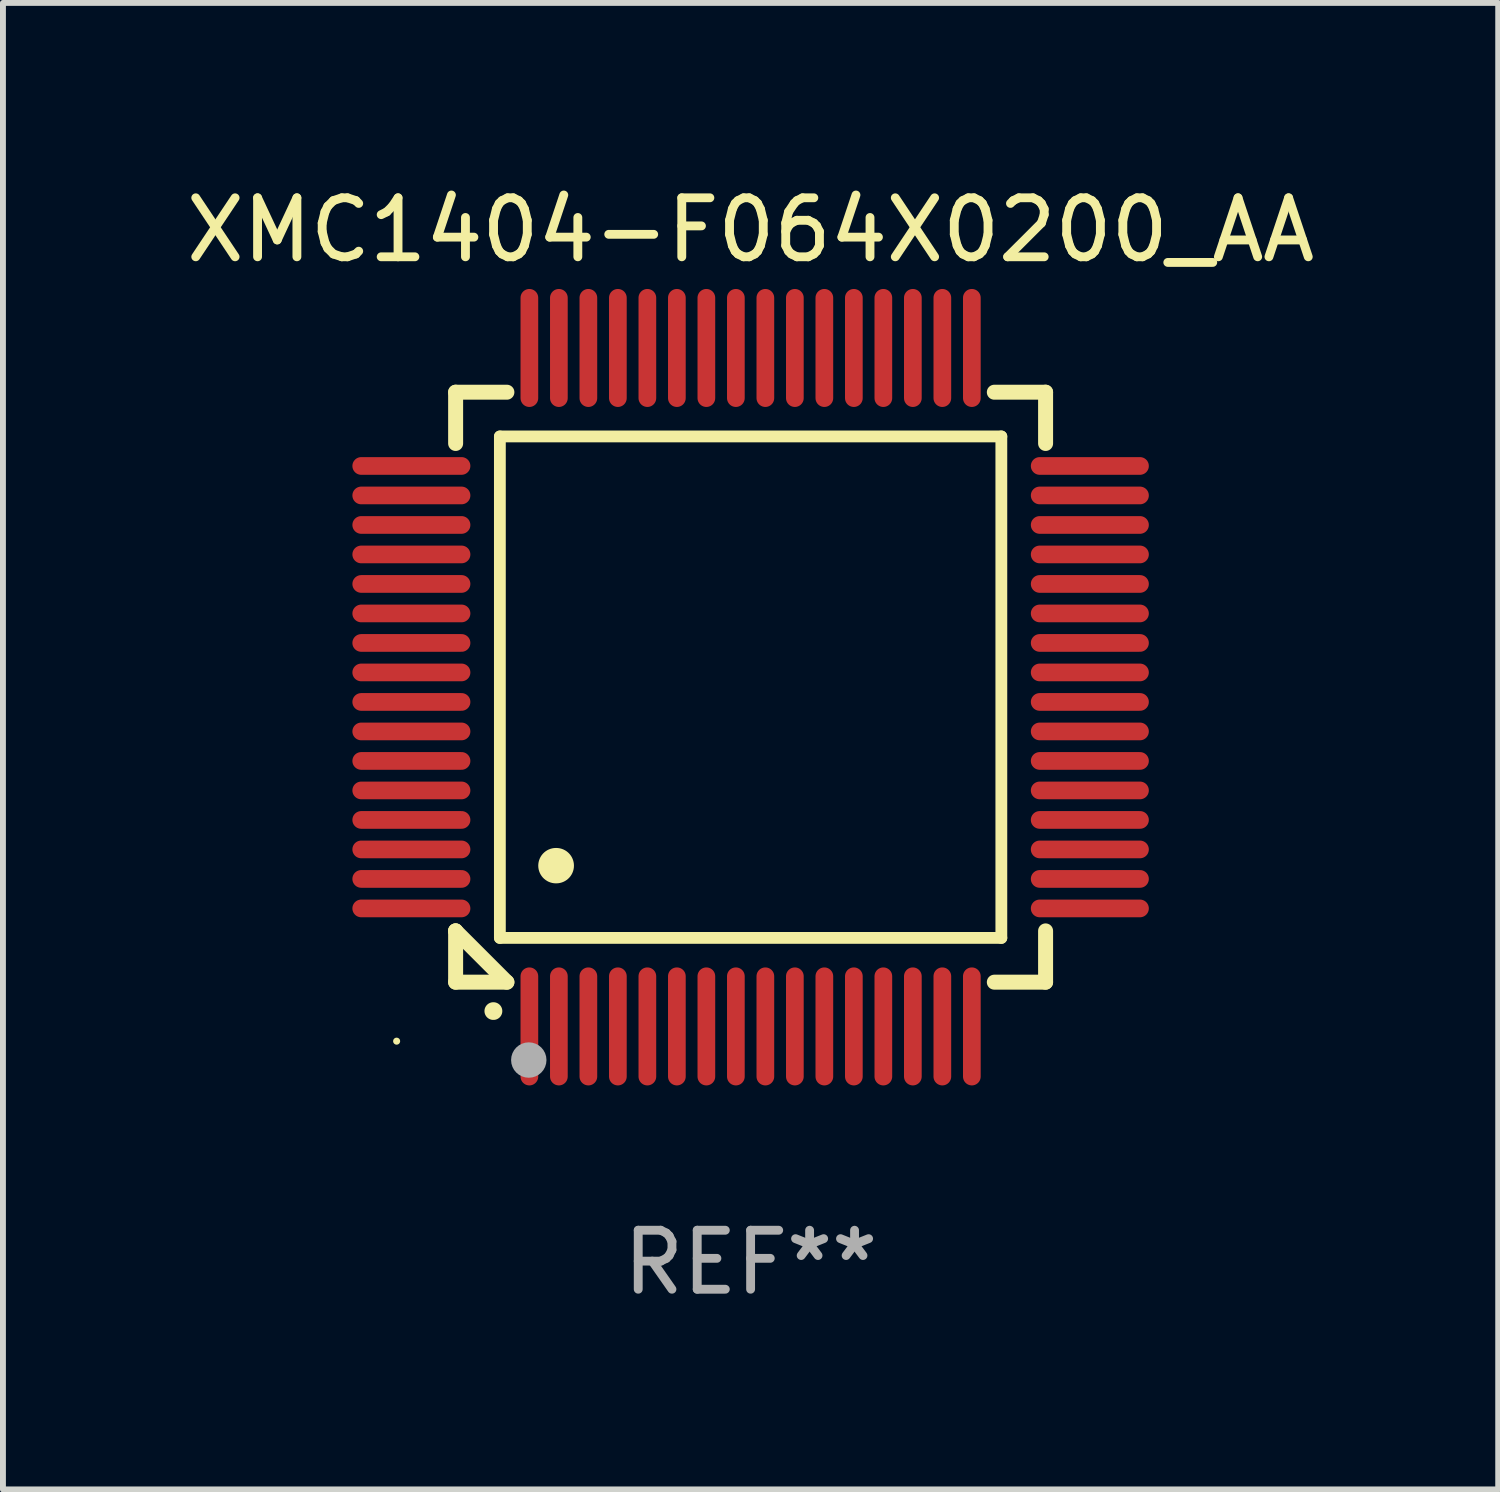
<source format=kicad_pcb>
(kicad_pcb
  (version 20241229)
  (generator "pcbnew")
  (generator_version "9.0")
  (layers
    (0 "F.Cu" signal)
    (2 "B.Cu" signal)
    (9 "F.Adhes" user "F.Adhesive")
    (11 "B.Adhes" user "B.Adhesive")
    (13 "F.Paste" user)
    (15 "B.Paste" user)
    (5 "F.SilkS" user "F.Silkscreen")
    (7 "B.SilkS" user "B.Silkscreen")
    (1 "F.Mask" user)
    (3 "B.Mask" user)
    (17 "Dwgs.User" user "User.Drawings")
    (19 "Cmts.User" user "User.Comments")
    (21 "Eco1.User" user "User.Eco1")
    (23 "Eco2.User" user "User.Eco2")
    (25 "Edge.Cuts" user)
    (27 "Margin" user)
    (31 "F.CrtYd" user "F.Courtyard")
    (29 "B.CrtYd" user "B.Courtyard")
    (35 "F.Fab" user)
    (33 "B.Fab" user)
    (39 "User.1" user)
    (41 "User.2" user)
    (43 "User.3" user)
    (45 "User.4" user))
  (footprint "XMC1404-F064X0200_AA"
    (layer "F.Cu")
    (at 9.673 8.598)
    (property "Reference" "XMC1404-F064X0200_AA" (at 0 -7.75 0) (layer "F.SilkS") (effects (font (size 1 1) (thickness 0.15))))
    (attr through_hole)
    (fp_line (start -5 -5) (end -4.131 -5) (stroke (width 0.254) (type solid)) (layer "F.SilkS"))
    (fp_line (start -5 -4.131) (end -5 -5) (stroke (width 0.254) (type solid)) (layer "F.SilkS"))
    (fp_line (start -5 4.131) (end -5 4.131) (stroke (width 0.254) (type solid)) (layer "F.SilkS"))
    (fp_line (start -5 5) (end -5 4.131) (stroke (width 0.254) (type solid)) (layer "F.SilkS"))
    (fp_line (start -5 4.131) (end -4.131 5) (stroke (width 0.254) (type solid)) (layer "F.SilkS"))
    (fp_line (start -4.25 -4.25) (end -4.25 4.25) (stroke (width 0.2) (type solid)) (layer "F.SilkS"))
    (fp_line (start -4.25 4.25) (end 4.25 4.25) (stroke (width 0.2) (type solid)) (layer "F.SilkS"))
    (fp_line (start -4.131 5) (end -5 5) (stroke (width 0.254) (type solid)) (layer "F.SilkS"))
    (fp_line (start 4.25 -4.25) (end -4.25 -4.25) (stroke (width 0.2) (type solid)) (layer "F.SilkS"))
    (fp_line (start 4.25 4.25) (end 4.25 -4.25) (stroke (width 0.2) (type solid)) (layer "F.SilkS"))
    (fp_line (start 5 -5) (end 4.131 -5) (stroke (width 0.254) (type solid)) (layer "F.SilkS"))
    (fp_line (start 5 -5) (end 5 -4.131) (stroke (width 0.254) (type solid)) (layer "F.SilkS"))
    (fp_line (start 5 4.131) (end 5 5) (stroke (width 0.254) (type solid)) (layer "F.SilkS"))
    (fp_line (start 5 5) (end 4.131 5) (stroke (width 0.254) (type solid)) (layer "F.SilkS"))
    (fp_arc (start -4.361265 5.489992) (mid -4.359995 5.489987) (end -4.358725 5.489992) (stroke (width 0.3) (type solid)) (layer "F.SilkS"))
    (fp_arc (start -3.299467 3.025146) (mid -3.296927 3.025135) (end -3.294387 3.025146) (stroke (width 0.6) (type solid)) (layer "F.SilkS"))
    (fp_circle (center -6 6) (end -5.97 6) (stroke (width 0.06) (type solid)) (fill no) (layer "F.SilkS"))
    (fp_circle (center -3.76 6.32) (end -3.61 6.32) (stroke (width 0.3) (type solid)) (fill no) (layer "F.Fab"))
    (fp_text user "REF**" (at 0 9.75 0) (layer "F.Fab") (effects (font (size 1 1) (thickness 0.15))))
    (pad "1" smd oval (at -3.75 5.75) (size 0.3 2) (layers "F.Cu" "F.Mask" "F.Paste"))
    (pad "2" smd oval (at -3.25 5.75) (size 0.3 2) (layers "F.Cu" "F.Mask" "F.Paste"))
    (pad "3" smd oval (at -2.75 5.75) (size 0.3 2) (layers "F.Cu" "F.Mask" "F.Paste"))
    (pad "4" smd oval (at -2.25 5.75) (size 0.3 2) (layers "F.Cu" "F.Mask" "F.Paste"))
    (pad "5" smd oval (at -1.75 5.75) (size 0.3 2) (layers "F.Cu" "F.Mask" "F.Paste"))
    (pad "6" smd oval (at -1.25 5.75) (size 0.3 2) (layers "F.Cu" "F.Mask" "F.Paste"))
    (pad "7" smd oval (at -0.75 5.75) (size 0.3 2) (layers "F.Cu" "F.Mask" "F.Paste"))
    (pad "8" smd oval (at -0.25 5.75) (size 0.3 2) (layers "F.Cu" "F.Mask" "F.Paste"))
    (pad "9" smd oval (at 0.25 5.75) (size 0.3 2) (layers "F.Cu" "F.Mask" "F.Paste"))
    (pad "10" smd oval (at 0.75 5.75) (size 0.3 2) (layers "F.Cu" "F.Mask" "F.Paste"))
    (pad "11" smd oval (at 1.25 5.75) (size 0.3 2) (layers "F.Cu" "F.Mask" "F.Paste"))
    (pad "12" smd oval (at 1.75 5.75) (size 0.3 2) (layers "F.Cu" "F.Mask" "F.Paste"))
    (pad "13" smd oval (at 2.25 5.75) (size 0.3 2) (layers "F.Cu" "F.Mask" "F.Paste"))
    (pad "14" smd oval (at 2.75 5.75) (size 0.3 2) (layers "F.Cu" "F.Mask" "F.Paste"))
    (pad "15" smd oval (at 3.25 5.75) (size 0.3 2) (layers "F.Cu" "F.Mask" "F.Paste"))
    (pad "16" smd oval (at 3.75 5.75) (size 0.3 2) (layers "F.Cu" "F.Mask" "F.Paste"))
    (pad "17" smd oval (at 5.75 3.75) (size 2 0.3) (layers "F.Cu" "F.Mask" "F.Paste"))
    (pad "18" smd oval (at 5.75 3.25) (size 2 0.3) (layers "F.Cu" "F.Mask" "F.Paste"))
    (pad "19" smd oval (at 5.75 2.75) (size 2 0.3) (layers "F.Cu" "F.Mask" "F.Paste"))
    (pad "20" smd oval (at 5.75 2.25) (size 2 0.3) (layers "F.Cu" "F.Mask" "F.Paste"))
    (pad "21" smd oval (at 5.75 1.75) (size 2 0.3) (layers "F.Cu" "F.Mask" "F.Paste"))
    (pad "22" smd oval (at 5.75 1.25) (size 2 0.3) (layers "F.Cu" "F.Mask" "F.Paste"))
    (pad "23" smd oval (at 5.75 0.75) (size 2 0.3) (layers "F.Cu" "F.Mask" "F.Paste"))
    (pad "24" smd oval (at 5.75 0.25) (size 2 0.3) (layers "F.Cu" "F.Mask" "F.Paste"))
    (pad "25" smd oval (at 5.75 -0.25) (size 2 0.3) (layers "F.Cu" "F.Mask" "F.Paste"))
    (pad "26" smd oval (at 5.75 -0.75) (size 2 0.3) (layers "F.Cu" "F.Mask" "F.Paste"))
    (pad "27" smd oval (at 5.75 -1.25) (size 2 0.3) (layers "F.Cu" "F.Mask" "F.Paste"))
    (pad "28" smd oval (at 5.75 -1.75) (size 2 0.3) (layers "F.Cu" "F.Mask" "F.Paste"))
    (pad "29" smd oval (at 5.75 -2.25) (size 2 0.3) (layers "F.Cu" "F.Mask" "F.Paste"))
    (pad "30" smd oval (at 5.75 -2.75) (size 2 0.3) (layers "F.Cu" "F.Mask" "F.Paste"))
    (pad "31" smd oval (at 5.75 -3.25) (size 2 0.3) (layers "F.Cu" "F.Mask" "F.Paste"))
    (pad "32" smd oval (at 5.75 -3.75) (size 2 0.3) (layers "F.Cu" "F.Mask" "F.Paste"))
    (pad "33" smd oval (at 3.75 -5.75) (size 0.3 2) (layers "F.Cu" "F.Mask" "F.Paste"))
    (pad "34" smd oval (at 3.25 -5.75) (size 0.3 2) (layers "F.Cu" "F.Mask" "F.Paste"))
    (pad "35" smd oval (at 2.75 -5.75) (size 0.3 2) (layers "F.Cu" "F.Mask" "F.Paste"))
    (pad "36" smd oval (at 2.25 -5.75) (size 0.3 2) (layers "F.Cu" "F.Mask" "F.Paste"))
    (pad "37" smd oval (at 1.75 -5.75) (size 0.3 2) (layers "F.Cu" "F.Mask" "F.Paste"))
    (pad "38" smd oval (at 1.25 -5.75) (size 0.3 2) (layers "F.Cu" "F.Mask" "F.Paste"))
    (pad "39" smd oval (at 0.75 -5.75) (size 0.3 2) (layers "F.Cu" "F.Mask" "F.Paste"))
    (pad "40" smd oval (at 0.25 -5.75) (size 0.3 2) (layers "F.Cu" "F.Mask" "F.Paste"))
    (pad "41" smd oval (at -0.25 -5.75) (size 0.3 2) (layers "F.Cu" "F.Mask" "F.Paste"))
    (pad "42" smd oval (at -0.75 -5.75) (size 0.3 2) (layers "F.Cu" "F.Mask" "F.Paste"))
    (pad "43" smd oval (at -1.25 -5.75) (size 0.3 2) (layers "F.Cu" "F.Mask" "F.Paste"))
    (pad "44" smd oval (at -1.75 -5.75) (size 0.3 2) (layers "F.Cu" "F.Mask" "F.Paste"))
    (pad "45" smd oval (at -2.25 -5.75) (size 0.3 2) (layers "F.Cu" "F.Mask" "F.Paste"))
    (pad "46" smd oval (at -2.75 -5.75) (size 0.3 2) (layers "F.Cu" "F.Mask" "F.Paste"))
    (pad "47" smd oval (at -3.25 -5.75) (size 0.3 2) (layers "F.Cu" "F.Mask" "F.Paste"))
    (pad "48" smd oval (at -3.75 -5.75) (size 0.3 2) (layers "F.Cu" "F.Mask" "F.Paste"))
    (pad "49" smd oval (at -5.75 -3.75) (size 2 0.3) (layers "F.Cu" "F.Mask" "F.Paste"))
    (pad "50" smd oval (at -5.75 -3.25) (size 2 0.3) (layers "F.Cu" "F.Mask" "F.Paste"))
    (pad "51" smd oval (at -5.75 -2.75) (size 2 0.3) (layers "F.Cu" "F.Mask" "F.Paste"))
    (pad "52" smd oval (at -5.75 -2.25) (size 2 0.3) (layers "F.Cu" "F.Mask" "F.Paste"))
    (pad "53" smd oval (at -5.75 -1.75) (size 2 0.3) (layers "F.Cu" "F.Mask" "F.Paste"))
    (pad "54" smd oval (at -5.75 -1.25) (size 2 0.3) (layers "F.Cu" "F.Mask" "F.Paste"))
    (pad "55" smd oval (at -5.75 -0.75) (size 2 0.3) (layers "F.Cu" "F.Mask" "F.Paste"))
    (pad "56" smd oval (at -5.75 -0.25) (size 2 0.3) (layers "F.Cu" "F.Mask" "F.Paste"))
    (pad "57" smd oval (at -5.75 0.25) (size 2 0.3) (layers "F.Cu" "F.Mask" "F.Paste"))
    (pad "58" smd oval (at -5.75 0.75) (size 2 0.3) (layers "F.Cu" "F.Mask" "F.Paste"))
    (pad "59" smd oval (at -5.75 1.25) (size 2 0.3) (layers "F.Cu" "F.Mask" "F.Paste"))
    (pad "60" smd oval (at -5.75 1.75) (size 2 0.3) (layers "F.Cu" "F.Mask" "F.Paste"))
    (pad "61" smd oval (at -5.75 2.25) (size 2 0.3) (layers "F.Cu" "F.Mask" "F.Paste"))
    (pad "62" smd oval (at -5.75 2.75) (size 2 0.3) (layers "F.Cu" "F.Mask" "F.Paste"))
    (pad "63" smd oval (at -5.75 3.25) (size 2 0.3) (layers "F.Cu" "F.Mask" "F.Paste"))
    (pad "64" smd oval (at -5.75 3.75) (size 2 0.3) (layers "F.Cu" "F.Mask" "F.Paste")))
  (gr_rect
    (start -3 -3)
    (end 22.345 22.196)
    (stroke (width 0.1) (type default))
    (fill no)
    (layer "Edge.Cuts")))
</source>
